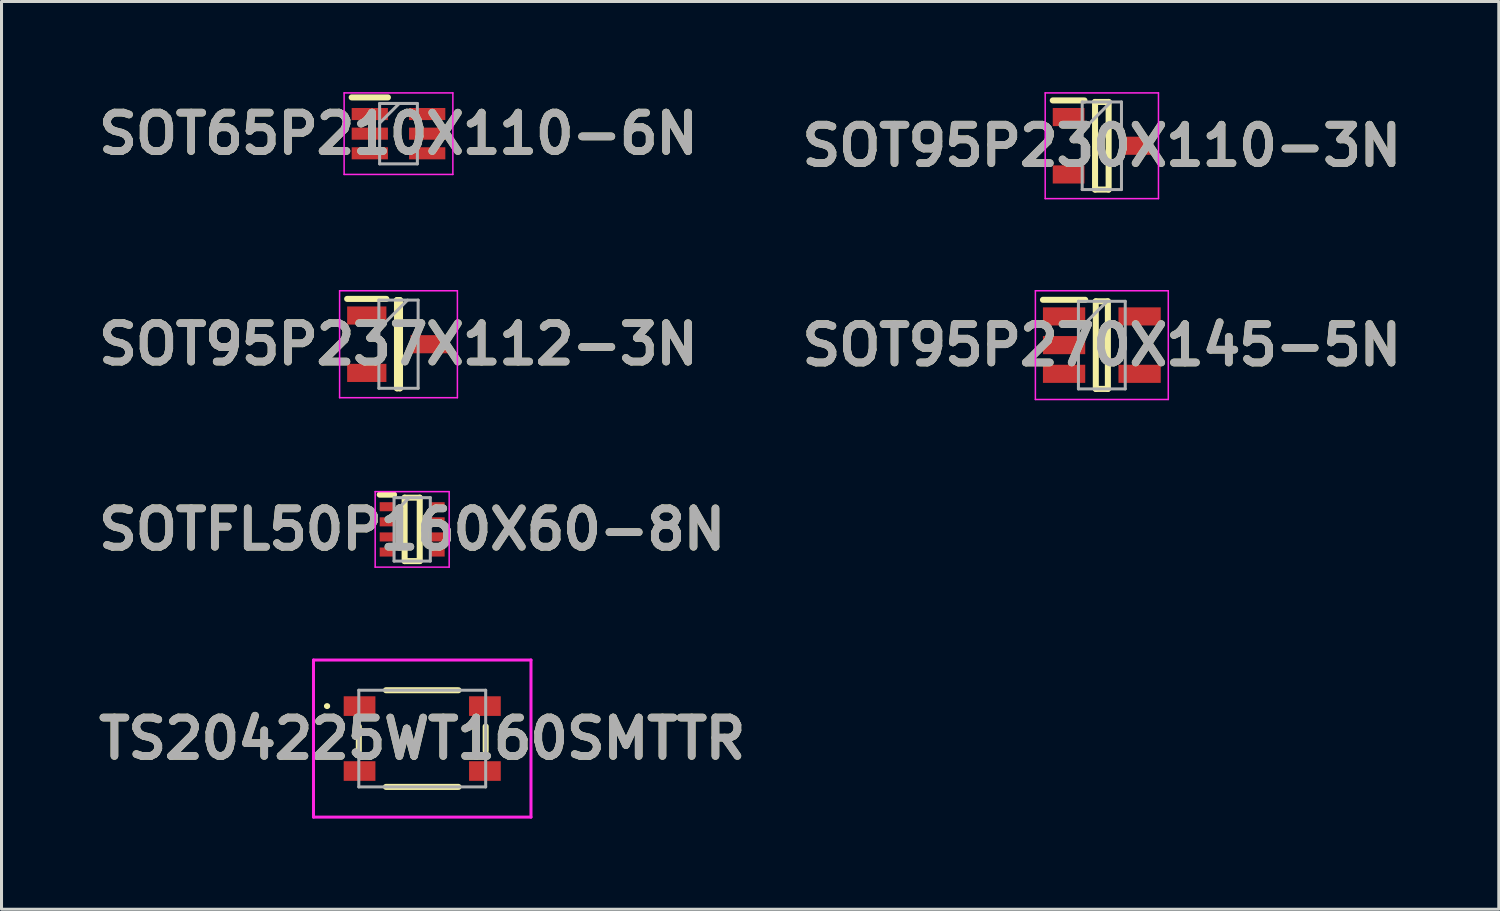
<source format=kicad_pcb>
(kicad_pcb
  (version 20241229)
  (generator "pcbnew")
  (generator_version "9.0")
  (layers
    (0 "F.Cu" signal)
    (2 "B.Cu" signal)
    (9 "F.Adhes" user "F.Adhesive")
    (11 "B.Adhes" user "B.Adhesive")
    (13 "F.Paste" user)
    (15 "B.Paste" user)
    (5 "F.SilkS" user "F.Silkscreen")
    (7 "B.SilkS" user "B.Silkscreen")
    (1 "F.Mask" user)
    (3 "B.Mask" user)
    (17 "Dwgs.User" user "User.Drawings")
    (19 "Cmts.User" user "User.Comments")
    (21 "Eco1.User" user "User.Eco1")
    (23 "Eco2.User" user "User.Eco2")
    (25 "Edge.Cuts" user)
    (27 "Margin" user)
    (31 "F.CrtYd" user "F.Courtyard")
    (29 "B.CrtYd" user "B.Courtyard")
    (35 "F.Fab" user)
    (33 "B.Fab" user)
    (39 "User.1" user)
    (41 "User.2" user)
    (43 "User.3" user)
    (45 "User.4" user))
  (footprint "SOT95P230X110-3N"
    (layer "F.Cu")
    (at 33.426 1.775)
    (property "Reference" "SOT95P230X110-3N" (at 0 0 0) (layer "F.SilkS") (effects (font (size 1.27 1.27) (thickness 0.254))))
    (attr smd)
    (fp_line (start -1.625 -1.5) (end -0.575 -1.5) (stroke (width 0.2) (type solid)) (layer "F.SilkS"))
    (fp_line (start -0.225 -1.45) (end 0.225 -1.45) (stroke (width 0.2) (type solid)) (layer "F.SilkS"))
    (fp_line (start -0.225 1.45) (end -0.225 -1.45) (stroke (width 0.2) (type solid)) (layer "F.SilkS"))
    (fp_line (start 0.225 -1.45) (end 0.225 1.45) (stroke (width 0.2) (type solid)) (layer "F.SilkS"))
    (fp_line (start 0.225 1.45) (end -0.225 1.45) (stroke (width 0.2) (type solid)) (layer "F.SilkS"))
    (fp_line (start -1.875 -1.75) (end 1.875 -1.75) (stroke (width 0.05) (type solid)) (layer "F.CrtYd"))
    (fp_line (start -1.875 1.75) (end -1.875 -1.75) (stroke (width 0.05) (type solid)) (layer "F.CrtYd"))
    (fp_line (start 1.875 -1.75) (end 1.875 1.75) (stroke (width 0.05) (type solid)) (layer "F.CrtYd"))
    (fp_line (start 1.875 1.75) (end -1.875 1.75) (stroke (width 0.05) (type solid)) (layer "F.CrtYd"))
    (fp_line (start -0.65 -1.45) (end 0.65 -1.45) (stroke (width 0.1) (type solid)) (layer "F.Fab"))
    (fp_line (start -0.65 -0.5) (end 0.3 -1.45) (stroke (width 0.1) (type solid)) (layer "F.Fab"))
    (fp_line (start -0.65 1.45) (end -0.65 -1.45) (stroke (width 0.1) (type solid)) (layer "F.Fab"))
    (fp_line (start 0.65 -1.45) (end 0.65 1.45) (stroke (width 0.1) (type solid)) (layer "F.Fab"))
    (fp_line (start 0.65 1.45) (end -0.65 1.45) (stroke (width 0.1) (type solid)) (layer "F.Fab"))
    (fp_text user "${REFERENCE}" (at 0 0 0) (layer "F.Fab") (effects (font (size 1.27 1.27) (thickness 0.254))))
    (pad "1" smd rect (at -1.1 -0.95 90) (size 0.6 1.05) (layers "F.Cu" "F.Mask" "F.Paste"))
    (pad "2" smd rect (at -1.1 0.95 90) (size 0.6 1.05) (layers "F.Cu" "F.Mask" "F.Paste"))
    (pad "3" smd rect (at 1.1 0 90) (size 0.6 1.05) (layers "F.Cu" "F.Mask" "F.Paste")))
  (footprint "SOT95P270X145-5N"
    (layer "F.Cu")
    (at 33.426 8.375)
    (property "Reference" "SOT95P270X145-5N" (at 0 0 0) (layer "F.SilkS") (effects (font (size 1.27 1.27) (thickness 0.254))))
    (attr smd)
    (fp_line (start -1.95 -1.5) (end -0.55 -1.5) (stroke (width 0.2) (type solid)) (layer "F.SilkS"))
    (fp_line (start -0.2 -1.45) (end 0.2 -1.45) (stroke (width 0.2) (type solid)) (layer "F.SilkS"))
    (fp_line (start -0.2 1.45) (end -0.2 -1.45) (stroke (width 0.2) (type solid)) (layer "F.SilkS"))
    (fp_line (start 0.2 -1.45) (end 0.2 1.45) (stroke (width 0.2) (type solid)) (layer "F.SilkS"))
    (fp_line (start 0.2 1.45) (end -0.2 1.45) (stroke (width 0.2) (type solid)) (layer "F.SilkS"))
    (fp_line (start -2.2 -1.8) (end 2.2 -1.8) (stroke (width 0.05) (type solid)) (layer "F.CrtYd"))
    (fp_line (start -2.2 1.8) (end -2.2 -1.8) (stroke (width 0.05) (type solid)) (layer "F.CrtYd"))
    (fp_line (start 2.2 -1.8) (end 2.2 1.8) (stroke (width 0.05) (type solid)) (layer "F.CrtYd"))
    (fp_line (start 2.2 1.8) (end -2.2 1.8) (stroke (width 0.05) (type solid)) (layer "F.CrtYd"))
    (fp_line (start -0.775 -1.45) (end 0.775 -1.45) (stroke (width 0.1) (type solid)) (layer "F.Fab"))
    (fp_line (start -0.775 -0.5) (end 0.175 -1.45) (stroke (width 0.1) (type solid)) (layer "F.Fab"))
    (fp_line (start -0.775 1.45) (end -0.775 -1.45) (stroke (width 0.1) (type solid)) (layer "F.Fab"))
    (fp_line (start 0.775 -1.45) (end 0.775 1.45) (stroke (width 0.1) (type solid)) (layer "F.Fab"))
    (fp_line (start 0.775 1.45) (end -0.775 1.45) (stroke (width 0.1) (type solid)) (layer "F.Fab"))
    (fp_text user "${REFERENCE}" (at 0 0 0) (layer "F.Fab") (effects (font (size 1.27 1.27) (thickness 0.254))))
    (pad "1" smd rect (at -1.25 -0.95 90) (size 0.6 1.4) (layers "F.Cu" "F.Mask" "F.Paste"))
    (pad "2" smd rect (at -1.25 0 90) (size 0.6 1.4) (layers "F.Cu" "F.Mask" "F.Paste"))
    (pad "3" smd rect (at -1.25 0.95 90) (size 0.6 1.4) (layers "F.Cu" "F.Mask" "F.Paste"))
    (pad "4" smd rect (at 1.25 0.95 90) (size 0.6 1.4) (layers "F.Cu" "F.Mask" "F.Paste"))
    (pad "5" smd rect (at 1.25 -0.95 90) (size 0.6 1.4) (layers "F.Cu" "F.Mask" "F.Paste")))
  (footprint "SOT65P210X110-6N"
    (layer "F.Cu")
    (at 10.142 1.375)
    (property "Reference" "SOT65P210X110-6N" (at 0 0 0) (layer "F.SilkS") (effects (font (size 1.27 1.27) (thickness 0.254))))
    (attr smd)
    (fp_line (start -1.55 -1.2) (end -0.35 -1.2) (stroke (width 0.2) (type solid)) (layer "F.SilkS"))
    (fp_line (start -1.8 -1.35) (end 1.8 -1.35) (stroke (width 0.05) (type solid)) (layer "F.CrtYd"))
    (fp_line (start -1.8 1.35) (end -1.8 -1.35) (stroke (width 0.05) (type solid)) (layer "F.CrtYd"))
    (fp_line (start 1.8 -1.35) (end 1.8 1.35) (stroke (width 0.05) (type solid)) (layer "F.CrtYd"))
    (fp_line (start 1.8 1.35) (end -1.8 1.35) (stroke (width 0.05) (type solid)) (layer "F.CrtYd"))
    (fp_line (start -0.625 -1) (end 0.625 -1) (stroke (width 0.1) (type solid)) (layer "F.Fab"))
    (fp_line (start -0.625 -0.35) (end 0.025 -1) (stroke (width 0.1) (type solid)) (layer "F.Fab"))
    (fp_line (start -0.625 1) (end -0.625 -1) (stroke (width 0.1) (type solid)) (layer "F.Fab"))
    (fp_line (start 0.625 -1) (end 0.625 1) (stroke (width 0.1) (type solid)) (layer "F.Fab"))
    (fp_line (start 0.625 1) (end -0.625 1) (stroke (width 0.1) (type solid)) (layer "F.Fab"))
    (fp_text user "${REFERENCE}" (at 0 0 0) (layer "F.Fab") (effects (font (size 1.27 1.27) (thickness 0.254))))
    (pad "1" smd rect (at -0.95 -0.65 90) (size 0.4 1.2) (layers "F.Cu" "F.Mask" "F.Paste"))
    (pad "2" smd rect (at -0.95 0 90) (size 0.4 1.2) (layers "F.Cu" "F.Mask" "F.Paste"))
    (pad "3" smd rect (at -0.95 0.65 90) (size 0.4 1.2) (layers "F.Cu" "F.Mask" "F.Paste"))
    (pad "4" smd rect (at 0.95 0.65 90) (size 0.4 1.2) (layers "F.Cu" "F.Mask" "F.Paste"))
    (pad "5" smd rect (at 0.95 0 90) (size 0.4 1.2) (layers "F.Cu" "F.Mask" "F.Paste"))
    (pad "6" smd rect (at 0.95 -0.65 90) (size 0.4 1.2) (layers "F.Cu" "F.Mask" "F.Paste")))
  (footprint "TS204225WT160SMTTR"
    (layer "F.Cu")
    (at 10.928 21.4)
    (property "Reference" "TS204225WT160SMTTR" (at 0 0 0) (layer "F.SilkS") (effects (font (size 1.27 1.27) (thickness 0.254))))
    (attr smd)
    (fp_line (start -3.2 -1.075) (end -3.2 -1.075) (stroke (width 0.1) (type solid)) (layer "F.SilkS"))
    (fp_line (start -3.1 -1.075) (end -3.1 -1.075) (stroke (width 0.1) (type solid)) (layer "F.SilkS"))
    (fp_line (start -2.1 -0.4) (end -2.1 0.4) (stroke (width 0.2) (type solid)) (layer "F.SilkS"))
    (fp_line (start -1.2 1.6) (end 1.2 1.6) (stroke (width 0.2) (type solid)) (layer "F.SilkS"))
    (fp_line (start 1.2 -1.6) (end -1.2 -1.6) (stroke (width 0.2) (type solid)) (layer "F.SilkS"))
    (fp_line (start 2.1 0.4) (end 2.1 -0.4) (stroke (width 0.2) (type solid)) (layer "F.SilkS"))
    (fp_arc (start -3.2 -1.075) (mid -3.15 -1.125) (end -3.1 -1.075) (stroke (width 0.1) (type solid)) (layer "F.SilkS"))
    (fp_arc (start -3.1 -1.075) (mid -3.15 -1.025) (end -3.2 -1.075) (stroke (width 0.1) (type solid)) (layer "F.SilkS"))
    (fp_line (start -3.6 -2.6) (end 3.6 -2.6) (stroke (width 0.1) (type solid)) (layer "F.CrtYd"))
    (fp_line (start -3.6 2.6) (end -3.6 -2.6) (stroke (width 0.1) (type solid)) (layer "F.CrtYd"))
    (fp_line (start 3.6 -2.6) (end 3.6 2.6) (stroke (width 0.1) (type solid)) (layer "F.CrtYd"))
    (fp_line (start 3.6 2.6) (end -3.6 2.6) (stroke (width 0.1) (type solid)) (layer "F.CrtYd"))
    (fp_line (start -2.1 -1.6) (end -2.1 1.6) (stroke (width 0.1) (type solid)) (layer "F.Fab"))
    (fp_line (start -2.1 1.6) (end 2.1 1.6) (stroke (width 0.1) (type solid)) (layer "F.Fab"))
    (fp_line (start 2.1 -1.6) (end -2.1 -1.6) (stroke (width 0.1) (type solid)) (layer "F.Fab"))
    (fp_line (start 2.1 1.6) (end 2.1 -1.6) (stroke (width 0.1) (type solid)) (layer "F.Fab"))
    (fp_text user "${REFERENCE}" (at 0 0 0) (layer "F.Fab") (effects (font (size 1.27 1.27) (thickness 0.254))))
    (pad "1" smd rect (at -2.075 -1.075 90) (size 0.65 1.05) (layers "F.Cu" "F.Mask" "F.Paste"))
    (pad "2" smd rect (at 2.075 -1.075 90) (size 0.65 1.05) (layers "F.Cu" "F.Mask" "F.Paste"))
    (pad "3" smd rect (at -2.075 1.075 90) (size 0.65 1.05) (layers "F.Cu" "F.Mask" "F.Paste"))
    (pad "4" smd rect (at 2.075 1.075 90) (size 0.65 1.05) (layers "F.Cu" "F.Mask" "F.Paste")))
  (footprint "SOTFL50P160X60-8N"
    (layer "F.Cu")
    (at 10.595 14.475)
    (property "Reference" "SOTFL50P160X60-8N" (at 0 0 0) (layer "F.SilkS") (effects (font (size 1.27 1.27) (thickness 0.254))))
    (attr smd)
    (fp_line (start -1.075 -1.15) (end -0.6 -1.15) (stroke (width 0.2) (type solid)) (layer "F.SilkS"))
    (fp_line (start -0.25 -1.05) (end 0.25 -1.05) (stroke (width 0.2) (type solid)) (layer "F.SilkS"))
    (fp_line (start -0.25 1.05) (end -0.25 -1.05) (stroke (width 0.2) (type solid)) (layer "F.SilkS"))
    (fp_line (start 0.25 -1.05) (end 0.25 1.05) (stroke (width 0.2) (type solid)) (layer "F.SilkS"))
    (fp_line (start 0.25 1.05) (end -0.25 1.05) (stroke (width 0.2) (type solid)) (layer "F.SilkS"))
    (fp_line (start -1.225 -1.25) (end 1.225 -1.25) (stroke (width 0.05) (type solid)) (layer "F.CrtYd"))
    (fp_line (start -1.225 1.25) (end -1.225 -1.25) (stroke (width 0.05) (type solid)) (layer "F.CrtYd"))
    (fp_line (start 1.225 -1.25) (end 1.225 1.25) (stroke (width 0.05) (type solid)) (layer "F.CrtYd"))
    (fp_line (start 1.225 1.25) (end -1.225 1.25) (stroke (width 0.05) (type solid)) (layer "F.CrtYd"))
    (fp_line (start -0.6 -1.05) (end 0.6 -1.05) (stroke (width 0.1) (type solid)) (layer "F.Fab"))
    (fp_line (start -0.6 -0.55) (end -0.1 -1.05) (stroke (width 0.1) (type solid)) (layer "F.Fab"))
    (fp_line (start -0.6 1.05) (end -0.6 -1.05) (stroke (width 0.1) (type solid)) (layer "F.Fab"))
    (fp_line (start 0.6 -1.05) (end 0.6 1.05) (stroke (width 0.1) (type solid)) (layer "F.Fab"))
    (fp_line (start 0.6 1.05) (end -0.6 1.05) (stroke (width 0.1) (type solid)) (layer "F.Fab"))
    (fp_text user "${REFERENCE}" (at 0 0 0) (layer "F.Fab") (effects (font (size 1.27 1.27) (thickness 0.254))))
    (pad "1" smd rect (at -0.838 -0.75 90) (size 0.3 0.475) (layers "F.Cu" "F.Mask" "F.Paste"))
    (pad "2" smd rect (at -0.838 -0.25 90) (size 0.3 0.475) (layers "F.Cu" "F.Mask" "F.Paste"))
    (pad "3" smd rect (at -0.838 0.25 90) (size 0.3 0.475) (layers "F.Cu" "F.Mask" "F.Paste"))
    (pad "4" smd rect (at -0.838 0.75 90) (size 0.3 0.475) (layers "F.Cu" "F.Mask" "F.Paste"))
    (pad "5" smd rect (at 0.838 0.75 90) (size 0.3 0.475) (layers "F.Cu" "F.Mask" "F.Paste"))
    (pad "6" smd rect (at 0.838 0.25 90) (size 0.3 0.475) (layers "F.Cu" "F.Mask" "F.Paste"))
    (pad "7" smd rect (at 0.838 -0.25 90) (size 0.3 0.475) (layers "F.Cu" "F.Mask" "F.Paste"))
    (pad "8" smd rect (at 0.838 -0.75 90) (size 0.3 0.475) (layers "F.Cu" "F.Mask" "F.Paste")))
  (footprint "SOT95P237X112-3N"
    (layer "F.Cu")
    (at 10.142 8.345)
    (property "Reference" "SOT95P237X112-3N" (at 0 0 0) (layer "F.SilkS") (effects (font (size 1.27 1.27) (thickness 0.254))))
    (attr smd)
    (fp_line (start -1.7 -1.5) (end -0.4 -1.5) (stroke (width 0.2) (type solid)) (layer "F.SilkS"))
    (fp_line (start -0.05 -1.46) (end 0.05 -1.46) (stroke (width 0.2) (type solid)) (layer "F.SilkS"))
    (fp_line (start -0.05 1.46) (end -0.05 -1.46) (stroke (width 0.2) (type solid)) (layer "F.SilkS"))
    (fp_line (start 0.05 -1.46) (end 0.05 1.46) (stroke (width 0.2) (type solid)) (layer "F.SilkS"))
    (fp_line (start 0.05 1.46) (end -0.05 1.46) (stroke (width 0.2) (type solid)) (layer "F.SilkS"))
    (fp_line (start -1.95 -1.77) (end 1.95 -1.77) (stroke (width 0.05) (type solid)) (layer "F.CrtYd"))
    (fp_line (start -1.95 1.77) (end -1.95 -1.77) (stroke (width 0.05) (type solid)) (layer "F.CrtYd"))
    (fp_line (start 1.95 -1.77) (end 1.95 1.77) (stroke (width 0.05) (type solid)) (layer "F.CrtYd"))
    (fp_line (start 1.95 1.77) (end -1.95 1.77) (stroke (width 0.05) (type solid)) (layer "F.CrtYd"))
    (fp_line (start -0.65 -1.46) (end 0.65 -1.46) (stroke (width 0.1) (type solid)) (layer "F.Fab"))
    (fp_line (start -0.65 -0.51) (end 0.3 -1.46) (stroke (width 0.1) (type solid)) (layer "F.Fab"))
    (fp_line (start -0.65 1.46) (end -0.65 -1.46) (stroke (width 0.1) (type solid)) (layer "F.Fab"))
    (fp_line (start 0.65 -1.46) (end 0.65 1.46) (stroke (width 0.1) (type solid)) (layer "F.Fab"))
    (fp_line (start 0.65 1.46) (end -0.65 1.46) (stroke (width 0.1) (type solid)) (layer "F.Fab"))
    (fp_text user "${REFERENCE}" (at 0 0 0) (layer "F.Fab") (effects (font (size 1.27 1.27) (thickness 0.254))))
    (pad "1" smd rect (at -1.05 -0.95 90) (size 0.6 1.3) (layers "F.Cu" "F.Mask" "F.Paste"))
    (pad "2" smd rect (at -1.05 0.95 90) (size 0.6 1.3) (layers "F.Cu" "F.Mask" "F.Paste"))
    (pad "3" smd rect (at 1.05 0 90) (size 0.6 1.3) (layers "F.Cu" "F.Mask" "F.Paste")))
  (gr_rect
    (start -3 -3)
    (end 46.567 27.05)
    (stroke (width 0.1) (type default))
    (fill no)
    (layer "Edge.Cuts")))
</source>
